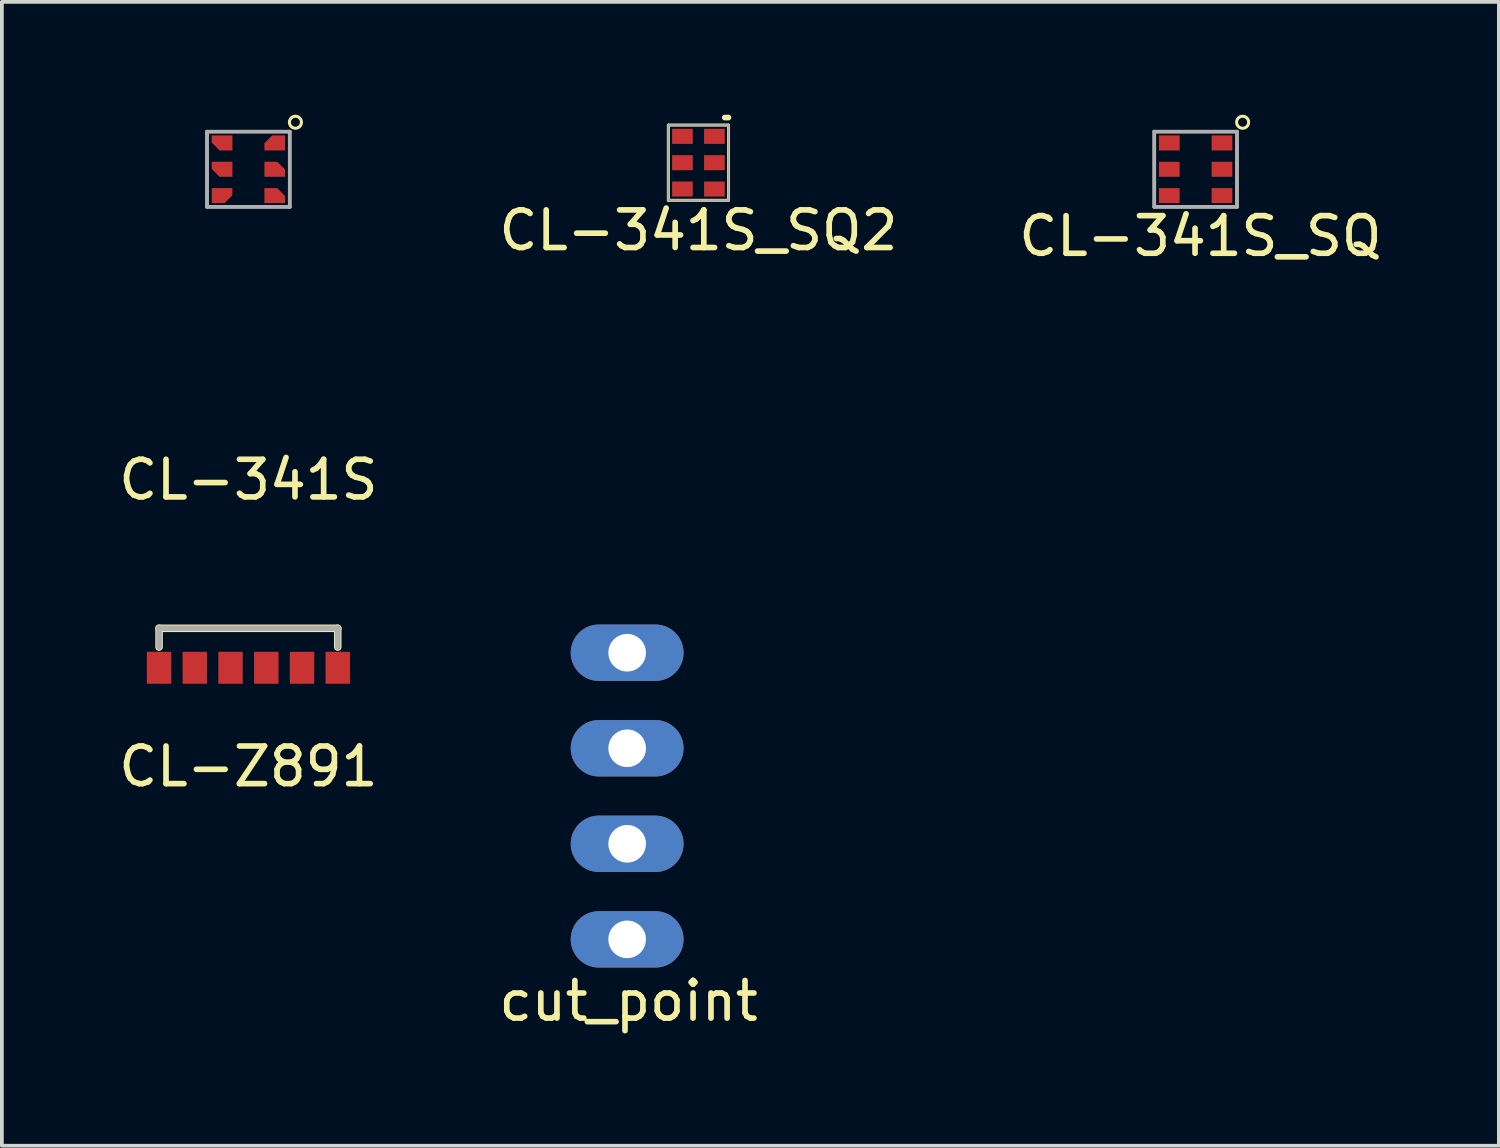
<source format=kicad_pcb>
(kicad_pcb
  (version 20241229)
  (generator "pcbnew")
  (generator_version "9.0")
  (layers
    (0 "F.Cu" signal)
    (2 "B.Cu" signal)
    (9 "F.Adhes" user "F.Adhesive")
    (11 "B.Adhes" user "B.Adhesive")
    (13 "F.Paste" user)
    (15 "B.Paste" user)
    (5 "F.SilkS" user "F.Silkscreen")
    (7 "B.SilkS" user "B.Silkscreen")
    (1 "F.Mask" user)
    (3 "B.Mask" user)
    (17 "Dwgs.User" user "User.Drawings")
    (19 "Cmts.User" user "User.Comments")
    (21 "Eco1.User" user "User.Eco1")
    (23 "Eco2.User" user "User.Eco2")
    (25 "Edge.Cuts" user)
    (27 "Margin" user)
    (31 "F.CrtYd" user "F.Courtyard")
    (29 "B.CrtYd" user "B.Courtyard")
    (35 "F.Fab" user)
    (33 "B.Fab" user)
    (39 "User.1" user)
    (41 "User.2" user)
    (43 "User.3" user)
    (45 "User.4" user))
  (footprint "CL-Z891"
    (layer "F.Cu")
    (at 3.554 14.153)
    (property "Reference" "CL-Z891" (at 0 3.175 0) (layer "F.SilkS") (effects (font (size 1 1) (thickness 0.15))))
    (attr through_hole)
    (fp_line (start -2.375 -0.5) (end -2.375 0) (stroke (width 0.2) (type solid)) (layer "F.SilkS"))
    (fp_line (start -2.375 -0.5) (end 2.375 -0.5) (stroke (width 0.2) (type solid)) (layer "F.SilkS"))
    (fp_line (start 2.375 -0.5) (end 2.375 0) (stroke (width 0.2) (type solid)) (layer "F.SilkS"))
    (fp_line (start -2.375 -0.5) (end -2.375 0) (stroke (width 0.15) (type solid)) (layer "F.Fab"))
    (fp_line (start 2.375 -0.5) (end -2.375 -0.5) (stroke (width 0.15) (type solid)) (layer "F.Fab"))
    (fp_line (start 2.375 0) (end 2.375 -0.5) (stroke (width 0.15) (type solid)) (layer "F.Fab"))
    (pad "1" smd rect (at -2.375 0.55) (size 0.65 0.85) (layers "F.Cu" "F.Mask" "F.Paste"))
    (pad "2" smd rect (at -1.425 0.55) (size 0.65 0.85) (layers "F.Cu" "F.Mask" "F.Paste"))
    (pad "3" smd rect (at -0.475 0.55) (size 0.65 0.85) (layers "F.Cu" "F.Mask" "F.Paste"))
    (pad "4" smd rect (at 0.475 0.55) (size 0.65 0.85) (layers "F.Cu" "F.Mask" "F.Paste"))
    (pad "5" smd rect (at 1.425 0.55) (size 0.65 0.85) (layers "F.Cu" "F.Mask" "F.Paste"))
    (pad "6" smd rect (at 2.375 0.55) (size 0.65 0.85) (layers "F.Cu" "F.Mask" "F.Paste")))
  (footprint "cut_point"
    (layer "F.Cu")
    (at 13.623 18.113)
    (property "Reference" "cut_point" (at 0.038 5.448 0) (layer "F.SilkS") (effects (font (size 1 1) (thickness 0.15))))
    (attr through_hole)
    (pad "1" thru_hole oval (at 0 -3.81) (size 3 1.5) (drill 1) (layers "*.Cu" "*.Mask"))
    (pad "2" thru_hole oval (at 0 -1.27) (size 3 1.5) (drill 1) (layers "*.Cu" "*.Mask"))
    (pad "3" thru_hole oval (at 0 1.27) (size 3 1.5) (drill 1) (layers "*.Cu" "*.Mask"))
    (pad "4" thru_hole oval (at 0 3.81) (size 3 1.5) (drill 1) (layers "*.Cu" "*.Mask")))
  (footprint "CL-341S"
    (layer "F.Cu")
    (at 3.554 1.45)
    (property "Reference" "CL-341S" (at 0 8.255 0) (layer "F.SilkS") (effects (font (size 1 1) (thickness 0.15))))
    (attr through_hole)
    (fp_line (start -1.1 -1) (end -1.1 1) (stroke (width 0.08) (type solid)) (layer "F.SilkS"))
    (fp_line (start -1.1 1) (end 1.1 1) (stroke (width 0.08) (type solid)) (layer "F.SilkS"))
    (fp_line (start 1.1 -1) (end -1.1 -1) (stroke (width 0.08) (type solid)) (layer "F.SilkS"))
    (fp_line (start 1.1 1) (end 1.1 -1) (stroke (width 0.08) (type solid)) (layer "F.SilkS"))
    (fp_circle (center 1.25 -1.25) (end 1.41 -1.25) (stroke (width 0.08) (type solid)) (fill no) (layer "F.SilkS"))
    (fp_line (start -1.1 -1) (end -1.1 1) (stroke (width 0.1) (type solid)) (layer "F.Fab"))
    (fp_line (start -1.1 1) (end 1.1 1) (stroke (width 0.1) (type solid)) (layer "F.Fab"))
    (fp_line (start 1.1 -1) (end -1.1 -1) (stroke (width 0.1) (type solid)) (layer "F.Fab"))
    (fp_line (start 1.1 1) (end 1.1 -1) (stroke (width 0.1) (type solid)) (layer "F.Fab"))
    (pad "1" smd custom (at 0.7 0.7) (size 0.2 0.2) (layers "F.Cu" "F.Mask" "F.Paste") (options (anchor rect)) (primitives (gr_poly (pts (xy -0.275 0.2) (xy 0.275 0.2) (xy 0.275 0.008) (xy 0.067 -0.2) (xy -0.275 -0.2)) (width 0) (fill yes))))
    (pad "2" smd custom (at 0.7 0) (size 0.2 0.2) (layers "F.Cu" "F.Mask" "F.Paste") (options (anchor rect)) (primitives (gr_poly (pts (xy -0.275 0.2) (xy 0.275 0.2) (xy 0.275 0.008) (xy 0.067 -0.2) (xy -0.275 -0.2)) (width 0) (fill yes))))
    (pad "3" smd custom (at 0.7 -0.7) (size 0.2 0.2) (layers "F.Cu" "F.Mask" "F.Paste") (options (anchor rect)) (primitives (gr_poly (pts (xy 0.275 0.2) (xy 0.275 -0.2) (xy -0.067 -0.2) (xy -0.275 0.008) (xy -0.275 0.2)) (width 0) (fill yes))))
    (pad "4" smd custom (at -0.7 0.7) (size 0.2 0.2) (layers "F.Cu" "F.Mask" "F.Paste") (options (anchor rect)) (primitives (gr_poly (pts (xy -0.275 -0.2) (xy -0.275 0.2) (xy 0.067 0.2) (xy 0.275 -0.008) (xy 0.275 -0.2)) (width 0) (fill yes))))
    (pad "5" smd custom (at -0.7 0) (size 0.2 0.2) (layers "F.Cu" "F.Mask" "F.Paste") (options (anchor rect)) (primitives (gr_poly (pts (xy 0.275 -0.2) (xy -0.275 -0.2) (xy -0.275 -0.008) (xy -0.067 0.2) (xy 0.275 0.2)) (width 0) (fill yes))))
    (pad "6" smd custom (at -0.7 -0.7) (size 0.2 0.2) (layers "F.Cu" "F.Mask" "F.Paste") (options (anchor rect)) (primitives (gr_poly (pts (xy 0.275 -0.2) (xy -0.275 -0.2) (xy -0.275 -0.008) (xy -0.067 0.2) (xy 0.275 0.2)) (width 0) (fill yes)))))
  (footprint "CL-341S_SQ2"
    (layer "F.Cu")
    (at 15.518 1.275)
    (property "Reference" "CL-341S_SQ2" (at 0 1.8 0) (layer "F.SilkS") (effects (font (size 1 1) (thickness 0.15))))
    (attr through_hole)
    (fp_line (start -0.8 -1) (end 0.8 -1) (stroke (width 0.08) (type solid)) (layer "F.SilkS"))
    (fp_line (start -0.8 1) (end -0.8 -1) (stroke (width 0.08) (type solid)) (layer "F.SilkS"))
    (fp_line (start 0.7 -1.2) (end 0.8 -1.2) (stroke (width 0.15) (type solid)) (layer "F.SilkS"))
    (fp_line (start 0.8 -1) (end 0.8 1) (stroke (width 0.08) (type solid)) (layer "F.SilkS"))
    (fp_line (start 0.8 1) (end -0.8 1) (stroke (width 0.08) (type solid)) (layer "F.SilkS"))
    (fp_line (start -0.8 -1) (end -0.8 1) (stroke (width 0.06) (type solid)) (layer "F.Fab"))
    (fp_line (start -0.8 1) (end 0.8 1) (stroke (width 0.06) (type solid)) (layer "F.Fab"))
    (fp_line (start 0.8 -1) (end -0.8 -1) (stroke (width 0.06) (type solid)) (layer "F.Fab"))
    (fp_line (start 0.8 1) (end 0.8 -1) (stroke (width 0.06) (type solid)) (layer "F.Fab"))
    (pad "1" smd rect (at 0.425 0.7) (size 0.55 0.4) (layers "F.Cu" "F.Mask" "F.Paste"))
    (pad "2" smd rect (at 0.425 0) (size 0.55 0.4) (layers "F.Cu" "F.Mask" "F.Paste"))
    (pad "3" smd rect (at 0.425 -0.7) (size 0.55 0.4) (layers "F.Cu" "F.Mask" "F.Paste"))
    (pad "4" smd rect (at -0.425 0.7) (size 0.55 0.4) (layers "F.Cu" "F.Mask" "F.Paste"))
    (pad "5" smd rect (at -0.425 0) (size 0.55 0.4) (layers "F.Cu" "F.Mask" "F.Paste"))
    (pad "6" smd rect (at -0.425 -0.7) (size 0.55 0.4) (layers "F.Cu" "F.Mask" "F.Paste")))
  (footprint "CL-341S_SQ"
    (layer "F.Cu")
    (at 28.736 1.45)
    (property "Reference" "CL-341S_SQ" (at 0.127 1.778 0) (layer "F.SilkS") (effects (font (size 1 1) (thickness 0.15))))
    (attr through_hole)
    (fp_line (start -1.1 -1) (end -1.1 1) (stroke (width 0.08) (type solid)) (layer "F.SilkS"))
    (fp_line (start -1.1 1) (end 1.1 1) (stroke (width 0.08) (type solid)) (layer "F.SilkS"))
    (fp_line (start 1.1 -1) (end -1.1 -1) (stroke (width 0.08) (type solid)) (layer "F.SilkS"))
    (fp_line (start 1.1 1) (end 1.1 -1) (stroke (width 0.08) (type solid)) (layer "F.SilkS"))
    (fp_circle (center 1.25 -1.25) (end 1.41 -1.25) (stroke (width 0.08) (type solid)) (fill no) (layer "F.SilkS"))
    (fp_line (start -1.1 -1) (end -1.1 1) (stroke (width 0.1) (type solid)) (layer "F.Fab"))
    (fp_line (start -1.1 1) (end 1.1 1) (stroke (width 0.1) (type solid)) (layer "F.Fab"))
    (fp_line (start 1.1 -1) (end -1.1 -1) (stroke (width 0.1) (type solid)) (layer "F.Fab"))
    (fp_line (start 1.1 1) (end 1.1 -1) (stroke (width 0.1) (type solid)) (layer "F.Fab"))
    (pad "1" smd rect (at 0.7 0.7) (size 0.55 0.4) (layers "F.Cu" "F.Mask" "F.Paste"))
    (pad "2" smd rect (at 0.7 0) (size 0.55 0.4) (layers "F.Cu" "F.Mask" "F.Paste"))
    (pad "3" smd rect (at 0.7 -0.7) (size 0.55 0.4) (layers "F.Cu" "F.Mask" "F.Paste"))
    (pad "4" smd custom (at -0.7 0.7) (size 0.55 0.4) (layers "F.Cu" "F.Mask" "F.Paste") (options (anchor rect)) (primitives (gr_poly (pts (xy -0.275 -0.2) (xy -0.275 0.2) (xy 0.067 0.2) (xy 0.275 -0.008) (xy 0.275 -0.2)) (width 0) (fill yes))))
    (pad "5" smd rect (at -0.7 0) (size 0.55 0.4) (layers "F.Cu" "F.Mask" "F.Paste"))
    (pad "6" smd rect (at -0.7 -0.7) (size 0.55 0.4) (layers "F.Cu" "F.Mask" "F.Paste")))
  (gr_rect
    (start -3 -3)
    (end 36.798 27.41)
    (stroke (width 0.1) (type default))
    (fill no)
    (layer "Edge.Cuts")))
</source>
